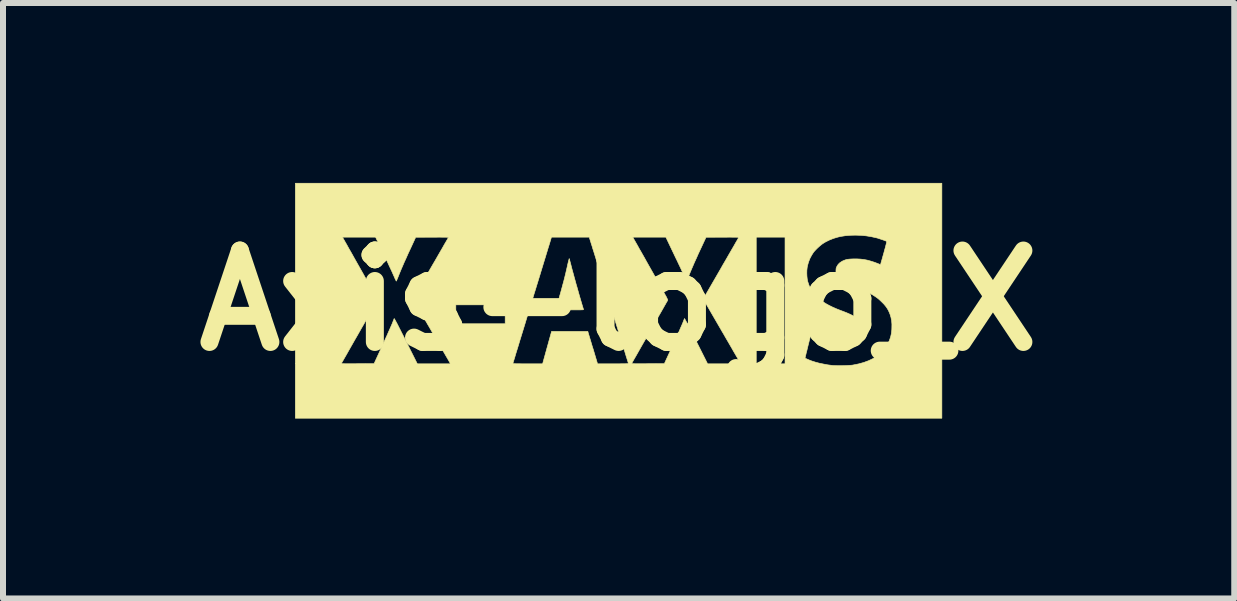
<source format=kicad_pcb>
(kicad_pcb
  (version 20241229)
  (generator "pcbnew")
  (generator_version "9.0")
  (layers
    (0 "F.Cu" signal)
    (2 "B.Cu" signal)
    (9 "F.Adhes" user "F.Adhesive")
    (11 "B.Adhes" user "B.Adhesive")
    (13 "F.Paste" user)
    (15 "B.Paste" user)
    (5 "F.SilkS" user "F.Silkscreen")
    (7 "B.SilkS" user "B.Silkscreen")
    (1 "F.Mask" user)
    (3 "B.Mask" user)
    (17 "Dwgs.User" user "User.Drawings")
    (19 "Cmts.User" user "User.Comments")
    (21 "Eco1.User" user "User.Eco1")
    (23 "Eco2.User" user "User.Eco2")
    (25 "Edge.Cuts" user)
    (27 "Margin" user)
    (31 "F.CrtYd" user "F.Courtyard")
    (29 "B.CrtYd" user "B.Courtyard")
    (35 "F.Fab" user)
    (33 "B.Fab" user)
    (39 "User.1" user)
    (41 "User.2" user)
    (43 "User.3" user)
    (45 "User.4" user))
  (footprint "Axis-logo_X"
    (layer "F.Cu")
    (at 7.264 1.962)
    (property "Reference" "Axis-logo_X" (at 0 0 0) (layer "F.SilkS") (effects (font (size 1.524 1.524) (thickness 0.3))))
    (attr through_hole)
    (fp_poly (pts (xy -0.822 -0.696) (xy -0.818 -0.684) (xy -0.813 -0.664) (xy -0.806 -0.639) (xy -0.798 -0.608) (xy -0.789 -0.573) (xy -0.78 -0.537) (xy -0.772 -0.508) (xy -0.762 -0.471) (xy -0.75 -0.428) (xy -0.737 -0.379) (xy -0.722 -0.326) (xy -0.707 -0.27) (xy -0.69 -0.213) (xy -0.674 -0.155) (xy -0.658 -0.098) (xy -0.642 -0.043) (xy -0.627 0.008) (xy -0.613 0.055) (xy -0.601 0.096) (xy -0.59 0.131) (xy -0.585 0.147) (xy -0.585 0.149) (xy -0.586 0.15) (xy -0.59 0.152) (xy -0.596 0.153) (xy -0.607 0.154) (xy -0.621 0.154) (xy -0.641 0.155) (xy -0.667 0.155) (xy -0.7 0.155) (xy -0.741 0.155) (xy -0.789 0.155) (xy -0.816 0.155) (xy -1.048 0.155) (xy -1.044 0.142) (xy -1.042 0.135) (xy -1.038 0.12) (xy -1.031 0.098) (xy -1.023 0.069) (xy -1.014 0.035) (xy -1.003 -0.003) (xy -0.991 -0.045) (xy -0.979 -0.09) (xy -0.976 -0.099) (xy -0.958 -0.164) (xy -0.942 -0.223) (xy -0.928 -0.275) (xy -0.915 -0.323) (xy -0.903 -0.369) (xy -0.892 -0.414) (xy -0.881 -0.459) (xy -0.87 -0.507) (xy -0.858 -0.559) (xy -0.849 -0.601) (xy -0.842 -0.63) (xy -0.836 -0.656) (xy -0.83 -0.677) (xy -0.826 -0.692) (xy -0.824 -0.7) (xy -0.823 -0.701) (xy -0.822 -0.696)) (stroke (width 0.01) (type solid)) (fill yes) (layer "F.SilkS"))
    (fp_poly (pts (xy 5.39 1.961) (xy -5.39 1.961) (xy -5.39 1.052) (xy -4.624 1.052) (xy -4.619 1.052) (xy -4.606 1.052) (xy -4.585 1.052) (xy -4.557 1.053) (xy -4.523 1.053) (xy -4.484 1.053) (xy -4.44 1.053) (xy -4.393 1.053) (xy -4.35 1.052) (xy -4.077 1.051) (xy -3.983 0.847) (xy -3.947 0.768) (xy -3.915 0.697) (xy -3.886 0.633) (xy -3.86 0.577) (xy -3.838 0.526) (xy -3.818 0.482) (xy -3.801 0.443) (xy -3.786 0.409) (xy -3.773 0.379) (xy -3.763 0.353) (xy -3.754 0.33) (xy -3.746 0.31) (xy -3.742 0.299) (xy -3.74 0.3) (xy -3.736 0.307) (xy -3.728 0.32) (xy -3.718 0.339) (xy -3.704 0.364) (xy -3.687 0.396) (xy -3.667 0.436) (xy -3.643 0.483) (xy -3.616 0.537) (xy -3.584 0.599) (xy -3.549 0.67) (xy -3.548 0.672) (xy -3.356 1.054) (xy -3.079 1.054) (xy -2.803 1.054) (xy -2.806 1.047) (xy -1.762 1.047) (xy -1.761 1.049) (xy -1.757 1.05) (xy -1.751 1.051) (xy -1.741 1.052) (xy -1.727 1.052) (xy -1.707 1.053) (xy -1.682 1.053) (xy -1.65 1.053) (xy -1.611 1.054) (xy -1.564 1.054) (xy -1.516 1.054) (xy -1.267 1.054) (xy -1.192 0.783) (xy -1.117 0.513) (xy -0.815 0.513) (xy -0.513 0.513) (xy -0.507 0.536) (xy -0.504 0.545) (xy -0.499 0.562) (xy -0.492 0.586) (xy -0.483 0.616) (xy -0.472 0.652) (xy -0.46 0.692) (xy -0.447 0.736) (xy -0.433 0.782) (xy -0.425 0.806) (xy -0.351 1.054) (xy -0.093 1.054) (xy -0.037 1.054) (xy 0.01 1.054) (xy 0.049 1.053) (xy 0.081 1.053) (xy 0.107 1.053) (xy 0.126 1.052) (xy 0.141 1.052) (xy 0.145 1.052) (xy 0.216 1.052) (xy 0.221 1.052) (xy 0.234 1.052) (xy 0.255 1.052) (xy 0.283 1.053) (xy 0.317 1.053) (xy 0.356 1.053) (xy 0.4 1.053) (xy 0.447 1.053) (xy 0.49 1.052) (xy 0.763 1.051) (xy 0.857 0.847) (xy 0.893 0.768) (xy 0.926 0.697) (xy 0.954 0.633) (xy 0.98 0.577) (xy 1.003 0.526) (xy 1.022 0.482) (xy 1.039 0.443) (xy 1.054 0.409) (xy 1.067 0.379) (xy 1.077 0.353) (xy 1.086 0.33) (xy 1.094 0.31) (xy 1.098 0.299) (xy 1.1 0.3) (xy 1.104 0.307) (xy 1.112 0.32) (xy 1.122 0.339) (xy 1.136 0.364) (xy 1.153 0.396) (xy 1.173 0.436) (xy 1.197 0.483) (xy 1.224 0.537) (xy 1.256 0.599) (xy 1.291 0.67) (xy 1.292 0.672) (xy 1.484 1.054) (xy 1.761 1.054) (xy 2.038 1.054) (xy 2.026 1.034) (xy 2.023 1.027) (xy 2.014 1.013) (xy 2.002 0.992) (xy 1.986 0.964) (xy 1.966 0.93) (xy 1.943 0.89) (xy 1.917 0.846) (xy 1.889 0.796) (xy 1.858 0.743) (xy 1.825 0.686) (xy 1.79 0.626) (xy 1.754 0.563) (xy 1.716 0.499) (xy 1.713 0.493) (xy 1.411 -0.027) (xy 1.706 -0.537) (xy 1.742 -0.601) (xy 1.778 -0.662) (xy 1.812 -0.721) (xy 1.844 -0.777) (xy 1.874 -0.829) (xy 1.902 -0.877) (xy 1.927 -0.92) (xy 1.948 -0.958) (xy 1.967 -0.99) (xy 1.982 -1.016) (xy 1.993 -1.036) (xy 2 -1.048) (xy 2.002 -1.052) (xy 2.001 -1.054) (xy 1.996 -1.055) (xy 1.987 -1.056) (xy 1.972 -1.056) (xy 1.952 -1.057) (xy 1.925 -1.057) (xy 1.892 -1.057) (xy 1.851 -1.058) (xy 1.802 -1.057) (xy 1.745 -1.057) (xy 1.731 -1.057) (xy 1.458 -1.056) (xy 1.368 -0.863) (xy 1.33 -0.782) (xy 1.297 -0.707) (xy 1.266 -0.64) (xy 1.239 -0.577) (xy 1.214 -0.519) (xy 1.191 -0.464) (xy 1.17 -0.411) (xy 1.166 -0.401) (xy 1.156 -0.376) (xy 1.147 -0.355) (xy 1.14 -0.338) (xy 1.135 -0.328) (xy 1.133 -0.325) (xy 1.131 -0.329) (xy 1.125 -0.34) (xy 1.117 -0.357) (xy 1.107 -0.378) (xy 1.101 -0.394) (xy 1.091 -0.417) (xy 1.079 -0.442) (xy 1.067 -0.47) (xy 1.053 -0.5) (xy 1.038 -0.534) (xy 1.02 -0.572) (xy 0.999 -0.616) (xy 0.976 -0.665) (xy 0.949 -0.72) (xy 0.919 -0.783) (xy 0.886 -0.852) (xy 0.788 -1.058) (xy 0.235 -1.058) (xy 2.295 -1.058) (xy 2.295 1.054) (xy 2.775 1.054) (xy 2.775 0.957) (xy 3.109 0.957) (xy 3.113 0.961) (xy 3.125 0.967) (xy 3.142 0.975) (xy 3.163 0.984) (xy 3.187 0.994) (xy 3.213 1.004) (xy 3.227 1.009) (xy 3.284 1.027) (xy 3.348 1.044) (xy 3.417 1.058) (xy 3.486 1.071) (xy 3.555 1.08) (xy 3.572 1.082) (xy 3.597 1.083) (xy 3.628 1.084) (xy 3.665 1.085) (xy 3.705 1.085) (xy 3.746 1.084) (xy 3.787 1.083) (xy 3.825 1.081) (xy 3.859 1.079) (xy 3.888 1.077) (xy 3.904 1.075) (xy 3.999 1.056) (xy 4.087 1.032) (xy 4.168 1.002) (xy 4.242 0.967) (xy 4.308 0.925) (xy 4.366 0.878) (xy 4.418 0.826) (xy 4.461 0.767) (xy 4.491 0.717) (xy 4.516 0.662) (xy 4.535 0.607) (xy 4.548 0.55) (xy 4.555 0.488) (xy 4.556 0.459) (xy 4.557 0.394) (xy 4.552 0.334) (xy 4.541 0.279) (xy 4.525 0.226) (xy 4.511 0.192) (xy 4.494 0.156) (xy 4.474 0.123) (xy 4.451 0.091) (xy 4.423 0.058) (xy 4.391 0.026) (xy 4.361 -0.003) (xy 4.331 -0.03) (xy 4.299 -0.054) (xy 4.265 -0.077) (xy 4.228 -0.1) (xy 4.187 -0.122) (xy 4.141 -0.144) (xy 4.088 -0.167) (xy 4.028 -0.192) (xy 3.972 -0.214) (xy 3.9 -0.243) (xy 3.838 -0.27) (xy 3.785 -0.296) (xy 3.741 -0.321) (xy 3.705 -0.344) (xy 3.677 -0.366) (xy 3.662 -0.382) (xy 3.645 -0.407) (xy 3.633 -0.43) (xy 3.627 -0.456) (xy 3.624 -0.488) (xy 3.624 -0.494) (xy 3.625 -0.516) (xy 3.626 -0.532) (xy 3.629 -0.545) (xy 3.634 -0.558) (xy 3.64 -0.57) (xy 3.661 -0.604) (xy 3.691 -0.633) (xy 3.729 -0.657) (xy 3.737 -0.661) (xy 3.76 -0.671) (xy 3.781 -0.679) (xy 3.802 -0.685) (xy 3.825 -0.689) (xy 3.852 -0.692) (xy 3.885 -0.694) (xy 3.913 -0.695) (xy 3.976 -0.695) (xy 4.034 -0.692) (xy 4.09 -0.685) (xy 4.145 -0.675) (xy 4.203 -0.659) (xy 4.263 -0.64) (xy 4.329 -0.615) (xy 4.352 -0.605) (xy 4.362 -0.602) (xy 4.367 -0.602) (xy 4.369 -0.607) (xy 4.373 -0.62) (xy 4.378 -0.64) (xy 4.386 -0.667) (xy 4.395 -0.698) (xy 4.405 -0.734) (xy 4.416 -0.774) (xy 4.422 -0.794) (xy 4.435 -0.843) (xy 4.446 -0.882) (xy 4.454 -0.914) (xy 4.461 -0.94) (xy 4.465 -0.959) (xy 4.468 -0.972) (xy 4.469 -0.982) (xy 4.469 -0.987) (xy 4.468 -0.988) (xy 4.458 -0.993) (xy 4.441 -1) (xy 4.419 -1.008) (xy 4.393 -1.017) (xy 4.366 -1.026) (xy 4.339 -1.035) (xy 4.314 -1.043) (xy 4.294 -1.048) (xy 4.212 -1.066) (xy 4.126 -1.08) (xy 4.039 -1.088) (xy 3.951 -1.091) (xy 3.865 -1.089) (xy 3.782 -1.082) (xy 3.704 -1.07) (xy 3.653 -1.058) (xy 3.583 -1.037) (xy 3.515 -1.01) (xy 3.452 -0.979) (xy 3.403 -0.949) (xy 3.378 -0.93) (xy 3.349 -0.906) (xy 3.319 -0.879) (xy 3.29 -0.85) (xy 3.265 -0.823) (xy 3.25 -0.805) (xy 3.218 -0.755) (xy 3.189 -0.7) (xy 3.166 -0.64) (xy 3.149 -0.579) (xy 3.144 -0.551) (xy 3.139 -0.506) (xy 3.138 -0.457) (xy 3.14 -0.408) (xy 3.145 -0.36) (xy 3.153 -0.319) (xy 3.175 -0.254) (xy 3.205 -0.192) (xy 3.243 -0.134) (xy 3.288 -0.083) (xy 3.326 -0.046) (xy 3.366 -0.011) (xy 3.41 0.021) (xy 3.457 0.051) (xy 3.51 0.08) (xy 3.569 0.109) (xy 3.635 0.138) (xy 3.709 0.167) (xy 3.742 0.179) (xy 3.808 0.205) (xy 3.867 0.231) (xy 3.918 0.258) (xy 3.961 0.285) (xy 3.996 0.312) (xy 4.016 0.331) (xy 4.041 0.366) (xy 4.058 0.403) (xy 4.066 0.444) (xy 4.067 0.485) (xy 4.059 0.525) (xy 4.042 0.565) (xy 4.025 0.592) (xy 4.001 0.617) (xy 3.97 0.639) (xy 3.932 0.658) (xy 3.889 0.674) (xy 3.843 0.685) (xy 3.842 0.685) (xy 3.81 0.689) (xy 3.771 0.691) (xy 3.727 0.691) (xy 3.68 0.69) (xy 3.634 0.687) (xy 3.59 0.682) (xy 3.551 0.676) (xy 3.547 0.676) (xy 3.442 0.652) (xy 3.344 0.621) (xy 3.251 0.583) (xy 3.249 0.582) (xy 3.231 0.574) (xy 3.217 0.568) (xy 3.208 0.565) (xy 3.206 0.565) (xy 3.205 0.57) (xy 3.201 0.582) (xy 3.196 0.602) (xy 3.19 0.627) (xy 3.182 0.657) (xy 3.174 0.69) (xy 3.165 0.726) (xy 3.156 0.762) (xy 3.147 0.799) (xy 3.139 0.834) (xy 3.13 0.867) (xy 3.123 0.897) (xy 3.117 0.922) (xy 3.113 0.941) (xy 3.11 0.953) (xy 3.109 0.957) (xy 2.775 0.957) (xy 2.775 -1.058) (xy 2.295 -1.058) (xy 0.235 -1.058) (xy 0.242 -1.048) (xy 0.245 -1.042) (xy 0.252 -1.029) (xy 0.264 -1.009) (xy 0.279 -0.982) (xy 0.298 -0.949) (xy 0.32 -0.91) (xy 0.344 -0.866) (xy 0.372 -0.818) (xy 0.402 -0.765) (xy 0.434 -0.709) (xy 0.467 -0.649) (xy 0.502 -0.587) (xy 0.536 -0.527) (xy 0.579 -0.451) (xy 0.617 -0.383) (xy 0.651 -0.323) (xy 0.682 -0.269) (xy 0.708 -0.222) (xy 0.731 -0.18) (xy 0.751 -0.145) (xy 0.767 -0.114) (xy 0.781 -0.089) (xy 0.793 -0.068) (xy 0.802 -0.05) (xy 0.808 -0.037) (xy 0.813 -0.026) (xy 0.817 -0.018) (xy 0.819 -0.013) (xy 0.819 -0.009) (xy 0.819 -0.006) (xy 0.819 -0.006) (xy 0.816 -0.001) (xy 0.809 0.012) (xy 0.797 0.032) (xy 0.782 0.059) (xy 0.763 0.092) (xy 0.741 0.131) (xy 0.716 0.175) (xy 0.688 0.224) (xy 0.658 0.276) (xy 0.626 0.333) (xy 0.592 0.393) (xy 0.556 0.455) (xy 0.519 0.52) (xy 0.515 0.527) (xy 0.478 0.592) (xy 0.443 0.654) (xy 0.408 0.714) (xy 0.376 0.77) (xy 0.346 0.823) (xy 0.319 0.871) (xy 0.294 0.915) (xy 0.272 0.953) (xy 0.253 0.986) (xy 0.238 1.013) (xy 0.227 1.033) (xy 0.219 1.046) (xy 0.216 1.051) (xy 0.216 1.052) (xy 0.145 1.052) (xy 0.151 1.051) (xy 0.158 1.05) (xy 0.161 1.049) (xy 0.163 1.047) (xy 0.163 1.046) (xy 0.163 1.045) (xy 0.161 1.04) (xy 0.157 1.025) (xy 0.15 1.003) (xy 0.141 0.974) (xy 0.129 0.937) (xy 0.116 0.894) (xy 0.101 0.844) (xy 0.084 0.789) (xy 0.065 0.729) (xy 0.045 0.665) (xy 0.024 0.597) (xy 0.001 0.524) (xy -0.022 0.449) (xy -0.046 0.372) (xy -0.071 0.292) (xy -0.096 0.21) (xy -0.122 0.128) (xy -0.147 0.045) (xy -0.173 -0.039) (xy -0.199 -0.122) (xy -0.224 -0.204) (xy -0.249 -0.285) (xy -0.274 -0.363) (xy -0.298 -0.44) (xy -0.321 -0.514) (xy -0.342 -0.584) (xy -0.363 -0.651) (xy -0.382 -0.713) (xy -0.4 -0.771) (xy -0.416 -0.823) (xy -0.431 -0.869) (xy -0.443 -0.91) (xy -0.454 -0.943) (xy -0.462 -0.969) (xy -0.468 -0.988) (xy -0.471 -0.998) (xy -0.471 -0.998) (xy -0.49 -1.058) (xy -1.119 -1.058) (xy -1.126 -1.036) (xy -1.128 -1.03) (xy -1.132 -1.016) (xy -1.139 -0.993) (xy -1.148 -0.963) (xy -1.159 -0.927) (xy -1.173 -0.883) (xy -1.188 -0.833) (xy -1.205 -0.778) (xy -1.223 -0.718) (xy -1.243 -0.653) (xy -1.264 -0.584) (xy -1.286 -0.512) (xy -1.309 -0.436) (xy -1.333 -0.358) (xy -1.358 -0.277) (xy -1.383 -0.195) (xy -1.409 -0.112) (xy -1.434 -0.028) (xy -1.46 0.056) (xy -1.486 0.14) (xy -1.511 0.223) (xy -1.536 0.305) (xy -1.56 0.385) (xy -1.584 0.463) (xy -1.607 0.538) (xy -1.629 0.609) (xy -1.65 0.677) (xy -1.669 0.741) (xy -1.687 0.8) (xy -1.704 0.854) (xy -1.719 0.903) (xy -1.731 0.945) (xy -1.742 0.98) (xy -1.751 1.009) (xy -1.757 1.029) (xy -1.761 1.042) (xy -1.762 1.045) (xy -1.762 1.047) (xy -2.806 1.047) (xy -2.814 1.034) (xy -2.818 1.027) (xy -2.826 1.013) (xy -2.838 0.992) (xy -2.854 0.964) (xy -2.874 0.93) (xy -2.897 0.89) (xy -2.923 0.846) (xy -2.951 0.796) (xy -2.982 0.743) (xy -3.015 0.686) (xy -3.05 0.626) (xy -3.086 0.563) (xy -3.124 0.499) (xy -3.127 0.493) (xy -3.372 0.071) (xy -2.714 0.071) (xy -2.714 0.386) (xy -1.891 0.386) (xy -1.891 0.071) (xy -2.714 0.071) (xy -3.372 0.071) (xy -3.429 -0.027) (xy -3.135 -0.537) (xy -3.098 -0.601) (xy -3.062 -0.662) (xy -3.028 -0.721) (xy -2.996 -0.777) (xy -2.966 -0.829) (xy -2.938 -0.877) (xy -2.914 -0.92) (xy -2.892 -0.958) (xy -2.873 -0.99) (xy -2.858 -1.016) (xy -2.847 -1.036) (xy -2.84 -1.048) (xy -2.838 -1.052) (xy -2.839 -1.054) (xy -2.844 -1.055) (xy -2.853 -1.056) (xy -2.868 -1.056) (xy -2.888 -1.057) (xy -2.915 -1.057) (xy -2.948 -1.057) (xy -2.989 -1.058) (xy -3.038 -1.057) (xy -3.095 -1.057) (xy -3.109 -1.057) (xy -3.383 -1.056) (xy -3.472 -0.863) (xy -3.51 -0.782) (xy -3.543 -0.707) (xy -3.574 -0.64) (xy -3.601 -0.577) (xy -3.626 -0.519) (xy -3.649 -0.464) (xy -3.67 -0.411) (xy -3.674 -0.401) (xy -3.684 -0.376) (xy -3.693 -0.355) (xy -3.7 -0.338) (xy -3.705 -0.328) (xy -3.707 -0.325) (xy -3.709 -0.329) (xy -3.715 -0.34) (xy -3.723 -0.357) (xy -3.733 -0.378) (xy -3.739 -0.394) (xy -3.75 -0.417) (xy -3.761 -0.442) (xy -3.773 -0.47) (xy -3.787 -0.5) (xy -3.803 -0.534) (xy -3.821 -0.572) (xy -3.841 -0.616) (xy -3.864 -0.665) (xy -3.891 -0.72) (xy -3.921 -0.783) (xy -3.954 -0.852) (xy -4.052 -1.058) (xy -4.605 -1.058) (xy -4.598 -1.048) (xy -4.595 -1.042) (xy -4.588 -1.029) (xy -4.576 -1.009) (xy -4.561 -0.982) (xy -4.542 -0.949) (xy -4.52 -0.91) (xy -4.496 -0.866) (xy -4.468 -0.818) (xy -4.438 -0.765) (xy -4.407 -0.709) (xy -4.373 -0.649) (xy -4.338 -0.587) (xy -4.304 -0.527) (xy -4.261 -0.451) (xy -4.223 -0.383) (xy -4.189 -0.323) (xy -4.159 -0.269) (xy -4.132 -0.222) (xy -4.109 -0.18) (xy -4.089 -0.145) (xy -4.073 -0.114) (xy -4.059 -0.089) (xy -4.047 -0.068) (xy -4.038 -0.05) (xy -4.032 -0.037) (xy -4.027 -0.026) (xy -4.023 -0.018) (xy -4.021 -0.013) (xy -4.021 -0.009) (xy -4.021 -0.006) (xy -4.021 -0.006) (xy -4.024 -0.001) (xy -4.031 0.012) (xy -4.043 0.032) (xy -4.058 0.059) (xy -4.077 0.092) (xy -4.099 0.131) (xy -4.124 0.175) (xy -4.152 0.224) (xy -4.182 0.276) (xy -4.214 0.333) (xy -4.248 0.393) (xy -4.284 0.455) (xy -4.321 0.52) (xy -4.325 0.527) (xy -4.362 0.592) (xy -4.398 0.654) (xy -4.432 0.714) (xy -4.464 0.77) (xy -4.494 0.823) (xy -4.521 0.871) (xy -4.546 0.915) (xy -4.568 0.953) (xy -4.587 0.986) (xy -4.602 1.013) (xy -4.614 1.033) (xy -4.621 1.046) (xy -4.624 1.051) (xy -4.624 1.052) (xy -5.39 1.052) (xy -5.39 -1.957) (xy 5.39 -1.957) (xy 5.39 1.961)) (stroke (width 0.01) (type solid)) (fill yes) (layer "F.SilkS")))
  (gr_rect
    (start -3 -3)
    (end 17.529 6.928)
    (stroke (width 0.1) (type default))
    (fill no)
    (layer "Edge.Cuts")))
</source>
